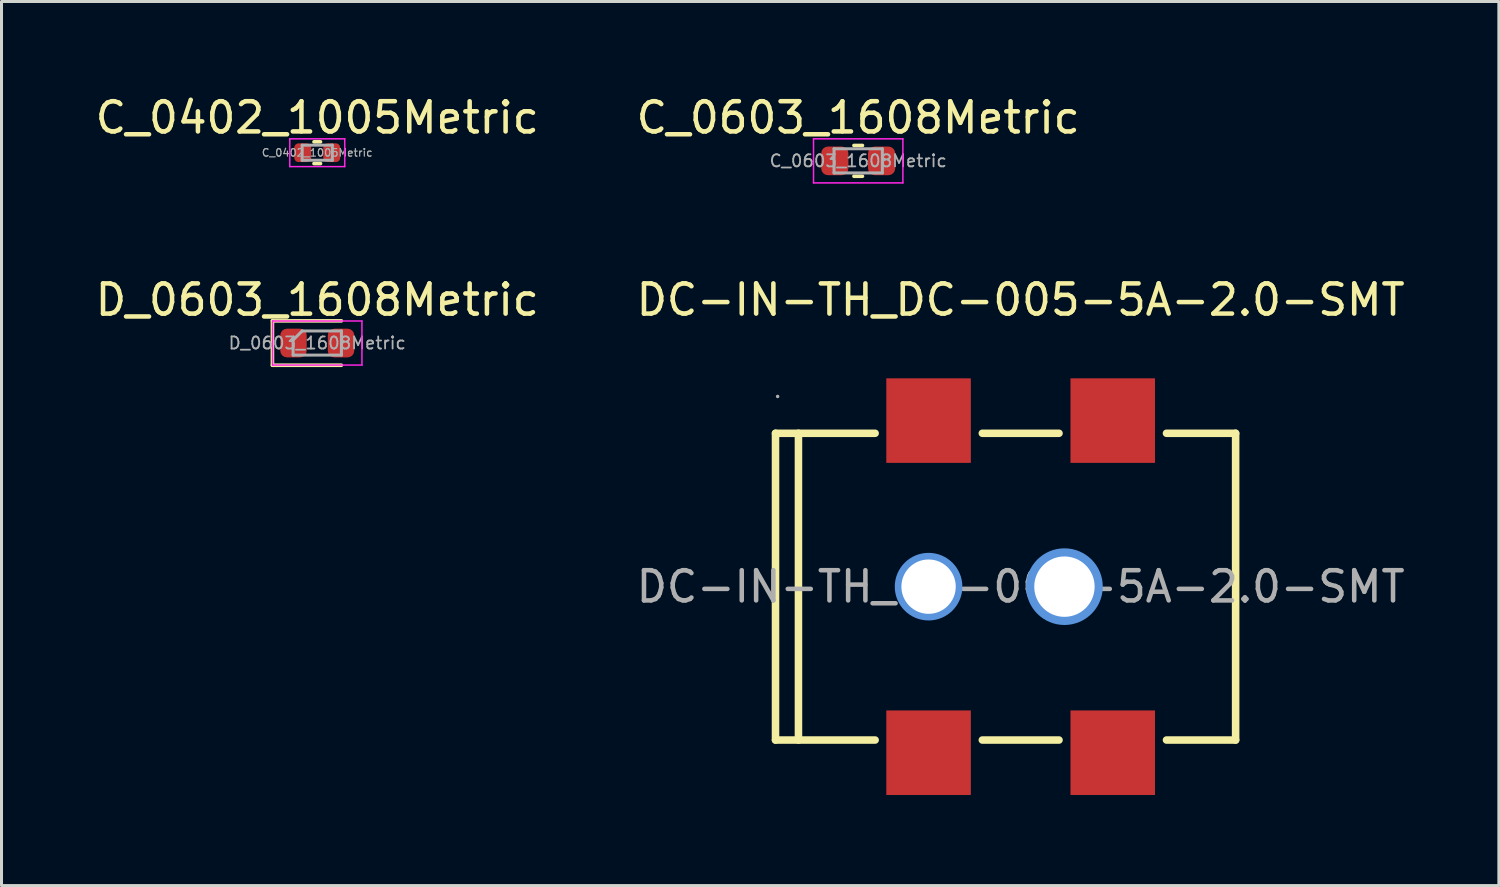
<source format=kicad_pcb>
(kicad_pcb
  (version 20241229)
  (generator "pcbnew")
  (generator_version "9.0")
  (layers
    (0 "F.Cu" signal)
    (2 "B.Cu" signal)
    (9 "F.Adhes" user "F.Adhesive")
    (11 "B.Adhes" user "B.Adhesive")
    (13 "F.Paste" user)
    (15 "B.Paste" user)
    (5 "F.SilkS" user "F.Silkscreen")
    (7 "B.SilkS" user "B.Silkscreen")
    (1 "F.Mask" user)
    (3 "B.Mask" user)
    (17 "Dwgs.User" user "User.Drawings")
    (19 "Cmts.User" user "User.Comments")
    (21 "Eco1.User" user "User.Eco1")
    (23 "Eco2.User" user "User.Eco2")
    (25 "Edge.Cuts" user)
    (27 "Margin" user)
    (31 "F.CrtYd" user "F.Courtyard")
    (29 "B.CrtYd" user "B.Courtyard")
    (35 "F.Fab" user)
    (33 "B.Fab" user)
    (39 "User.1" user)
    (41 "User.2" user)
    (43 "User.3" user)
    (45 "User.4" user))
  (footprint "C_0402_1005Metric"
    (layer "F.Cu")
    (at 7.458 2.008)
    (property "Reference" "C_0402_1005Metric" (at 0 -1.16 0) (layer "F.SilkS") (effects (font (size 1 1) (thickness 0.15))))
    (attr smd)
    (fp_line (start -0.108 -0.36) (end 0.108 -0.36) (stroke (width 0.12) (type solid)) (layer "F.SilkS"))
    (fp_line (start -0.108 0.36) (end 0.108 0.36) (stroke (width 0.12) (type solid)) (layer "F.SilkS"))
    (fp_line (start -0.91 -0.46) (end 0.91 -0.46) (stroke (width 0.05) (type solid)) (layer "F.CrtYd"))
    (fp_line (start -0.91 0.46) (end -0.91 -0.46) (stroke (width 0.05) (type solid)) (layer "F.CrtYd"))
    (fp_line (start 0.91 -0.46) (end 0.91 0.46) (stroke (width 0.05) (type solid)) (layer "F.CrtYd"))
    (fp_line (start 0.91 0.46) (end -0.91 0.46) (stroke (width 0.05) (type solid)) (layer "F.CrtYd"))
    (fp_line (start -0.5 -0.25) (end 0.5 -0.25) (stroke (width 0.1) (type solid)) (layer "F.Fab"))
    (fp_line (start -0.5 0.25) (end -0.5 -0.25) (stroke (width 0.1) (type solid)) (layer "F.Fab"))
    (fp_line (start 0.5 -0.25) (end 0.5 0.25) (stroke (width 0.1) (type solid)) (layer "F.Fab"))
    (fp_line (start 0.5 0.25) (end -0.5 0.25) (stroke (width 0.1) (type solid)) (layer "F.Fab"))
    (fp_text user "${REFERENCE}" (at 0 0 0) (layer "F.Fab") (effects (font (size 0.25 0.25) (thickness 0.04))))
    (pad "1" smd roundrect (at -0.48 0) (size 0.56 0.62) (layers "F.Cu" "F.Mask" "F.Paste") (roundrect_rratio 0.25))
    (pad "2" smd roundrect (at 0.48 0) (size 0.56 0.62) (layers "F.Cu" "F.Mask" "F.Paste") (roundrect_rratio 0.25)))
  (footprint "D_0603_1608Metric"
    (layer "F.Cu")
    (at 7.458 8.312)
    (property "Reference" "D_0603_1608Metric" (at 0 -1.43 0) (layer "F.SilkS") (effects (font (size 1 1) (thickness 0.15))))
    (attr smd)
    (fp_line (start -1.485 -0.735) (end -1.485 0.735) (stroke (width 0.12) (type solid)) (layer "F.SilkS"))
    (fp_line (start -1.485 0.735) (end 0.8 0.735) (stroke (width 0.12) (type solid)) (layer "F.SilkS"))
    (fp_line (start 0.8 -0.735) (end -1.485 -0.735) (stroke (width 0.12) (type solid)) (layer "F.SilkS"))
    (fp_line (start -1.48 -0.73) (end 1.48 -0.73) (stroke (width 0.05) (type solid)) (layer "F.CrtYd"))
    (fp_line (start -1.48 0.73) (end -1.48 -0.73) (stroke (width 0.05) (type solid)) (layer "F.CrtYd"))
    (fp_line (start 1.48 -0.73) (end 1.48 0.73) (stroke (width 0.05) (type solid)) (layer "F.CrtYd"))
    (fp_line (start 1.48 0.73) (end -1.48 0.73) (stroke (width 0.05) (type solid)) (layer "F.CrtYd"))
    (fp_line (start -0.8 -0.1) (end -0.8 0.4) (stroke (width 0.1) (type solid)) (layer "F.Fab"))
    (fp_line (start -0.8 0.4) (end 0.8 0.4) (stroke (width 0.1) (type solid)) (layer "F.Fab"))
    (fp_line (start -0.5 -0.4) (end -0.8 -0.1) (stroke (width 0.1) (type solid)) (layer "F.Fab"))
    (fp_line (start 0.8 -0.4) (end -0.5 -0.4) (stroke (width 0.1) (type solid)) (layer "F.Fab"))
    (fp_line (start 0.8 0.4) (end 0.8 -0.4) (stroke (width 0.1) (type solid)) (layer "F.Fab"))
    (fp_text user "${REFERENCE}" (at 0 0 0) (layer "F.Fab") (effects (font (size 0.4 0.4) (thickness 0.06))))
    (pad "1" smd roundrect (at -0.787 0) (size 0.875 0.95) (layers "F.Cu" "F.Mask" "F.Paste") (roundrect_rratio 0.25))
    (pad "2" smd roundrect (at 0.787 0) (size 0.875 0.95) (layers "F.Cu" "F.Mask" "F.Paste") (roundrect_rratio 0.25)))
  (footprint "C_0603_1608Metric"
    (layer "F.Cu")
    (at 25.375 2.278)
    (property "Reference" "C_0603_1608Metric" (at 0 -1.43 0) (layer "F.SilkS") (effects (font (size 1 1) (thickness 0.15))))
    (attr smd)
    (fp_line (start -0.141 -0.51) (end 0.141 -0.51) (stroke (width 0.12) (type solid)) (layer "F.SilkS"))
    (fp_line (start -0.141 0.51) (end 0.141 0.51) (stroke (width 0.12) (type solid)) (layer "F.SilkS"))
    (fp_line (start -1.48 -0.73) (end 1.48 -0.73) (stroke (width 0.05) (type solid)) (layer "F.CrtYd"))
    (fp_line (start -1.48 0.73) (end -1.48 -0.73) (stroke (width 0.05) (type solid)) (layer "F.CrtYd"))
    (fp_line (start 1.48 -0.73) (end 1.48 0.73) (stroke (width 0.05) (type solid)) (layer "F.CrtYd"))
    (fp_line (start 1.48 0.73) (end -1.48 0.73) (stroke (width 0.05) (type solid)) (layer "F.CrtYd"))
    (fp_line (start -0.8 -0.4) (end 0.8 -0.4) (stroke (width 0.1) (type solid)) (layer "F.Fab"))
    (fp_line (start -0.8 0.4) (end -0.8 -0.4) (stroke (width 0.1) (type solid)) (layer "F.Fab"))
    (fp_line (start 0.8 -0.4) (end 0.8 0.4) (stroke (width 0.1) (type solid)) (layer "F.Fab"))
    (fp_line (start 0.8 0.4) (end -0.8 0.4) (stroke (width 0.1) (type solid)) (layer "F.Fab"))
    (fp_text user "${REFERENCE}" (at 0 0 0) (layer "F.Fab") (effects (font (size 0.4 0.4) (thickness 0.06))))
    (pad "1" smd roundrect (at -0.775 0) (size 0.9 0.95) (layers "F.Cu" "F.Mask" "F.Paste") (roundrect_rratio 0.25))
    (pad "2" smd roundrect (at 0.775 0) (size 0.9 0.95) (layers "F.Cu" "F.Mask" "F.Paste") (roundrect_rratio 0.25)))
  (footprint "DC-IN-TH_DC-005-5A-2.0-SMT"
    (layer "F.Cu")
    (at 30.756 16.381)
    (property "Reference" "DC-IN-TH_DC-005-5A-2.0-SMT" (at 0 -9.5 0) (layer "F.SilkS") (effects (font (size 1 1) (thickness 0.15))))
    (attr smd)
    (fp_line (start -8.12 -5.08) (end -8.12 5.08) (stroke (width 0.25) (type solid)) (layer "F.SilkS"))
    (fp_line (start -8.12 5.08) (end -4.82 5.08) (stroke (width 0.25) (type solid)) (layer "F.SilkS"))
    (fp_line (start -7.36 -5.08) (end -7.36 5.08) (stroke (width 0.25) (type solid)) (layer "F.SilkS"))
    (fp_line (start -4.82 -5.08) (end -8.12 -5.08) (stroke (width 0.25) (type solid)) (layer "F.SilkS"))
    (fp_line (start -1.27 -5.08) (end 1.27 -5.08) (stroke (width 0.25) (type solid)) (layer "F.SilkS"))
    (fp_line (start -1.27 5.08) (end 1.27 5.08) (stroke (width 0.25) (type solid)) (layer "F.SilkS"))
    (fp_line (start 4.83 5.08) (end 7.12 5.08) (stroke (width 0.25) (type solid)) (layer "F.SilkS"))
    (fp_line (start 7.12 -5.08) (end 4.83 -5.08) (stroke (width 0.25) (type solid)) (layer "F.SilkS"))
    (fp_line (start 7.12 5.08) (end 7.12 -5.08) (stroke (width 0.25) (type solid)) (layer "F.SilkS"))
    (fp_circle (center -3.05 0) (end -2.68 0) (stroke (width 0.75) (type solid)) (fill no) (layer "Cmts.User"))
    (fp_circle (center 1.45 0) (end 1.87 0) (stroke (width 0.85) (type solid)) (fill no) (layer "Cmts.User"))
    (fp_circle (center -8.05 -6.3) (end -8.02 -6.3) (stroke (width 0.06) (type solid)) (fill no) (layer "F.Fab"))
    (fp_text user "${REFERENCE}" (at 0 0 0) (layer "F.Fab") (effects (font (size 1 1) (thickness 0.15))))
    (pad "" thru_hole circle (at -3.05 0) (size 1.8 1.8) (drill 1.8) (layers "*.Cu" "*.Mask"))
    (pad "" thru_hole circle (at 1.45 0) (size 2 2) (drill 2) (layers "*.Cu" "*.Mask"))
    (pad "1" smd rect (at -3.05 -5.5) (size 2.8 2.8) (layers "F.Cu" "F.Mask" "F.Paste"))
    (pad "1" smd rect (at 3.05 -5.5) (size 2.8 2.8) (layers "F.Cu" "F.Mask" "F.Paste"))
    (pad "2" smd rect (at -3.05 5.5) (size 2.8 2.8) (layers "F.Cu" "F.Mask" "F.Paste"))
    (pad "3" smd rect (at 3.05 5.5) (size 2.8 2.8) (layers "F.Cu" "F.Mask" "F.Paste")))
  (gr_rect
    (start -3 -3)
    (end 46.595 26.282)
    (stroke (width 0.1) (type default))
    (fill no)
    (layer "Edge.Cuts")))
</source>
